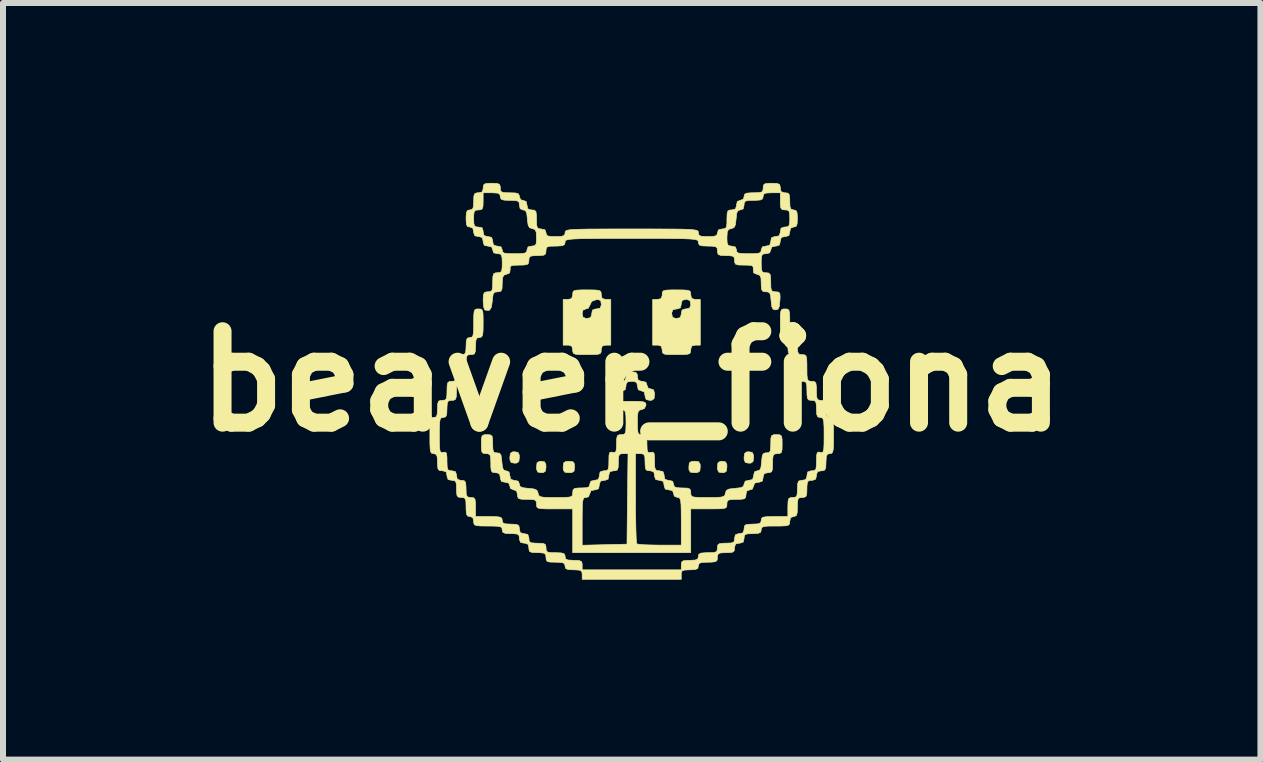
<source format=kicad_pcb>
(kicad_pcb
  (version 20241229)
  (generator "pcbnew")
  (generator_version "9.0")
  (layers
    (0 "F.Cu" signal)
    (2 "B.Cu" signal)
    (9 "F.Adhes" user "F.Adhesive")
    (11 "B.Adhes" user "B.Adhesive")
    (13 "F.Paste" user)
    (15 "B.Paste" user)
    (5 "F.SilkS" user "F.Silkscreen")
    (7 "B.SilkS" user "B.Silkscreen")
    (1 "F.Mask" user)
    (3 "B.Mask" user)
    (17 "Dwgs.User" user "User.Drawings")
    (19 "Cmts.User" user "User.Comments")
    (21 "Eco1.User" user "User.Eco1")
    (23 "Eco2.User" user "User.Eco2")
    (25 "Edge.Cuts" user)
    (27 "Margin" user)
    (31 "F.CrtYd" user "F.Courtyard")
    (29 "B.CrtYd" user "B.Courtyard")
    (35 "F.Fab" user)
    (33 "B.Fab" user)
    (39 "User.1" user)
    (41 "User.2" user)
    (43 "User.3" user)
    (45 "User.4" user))
  (footprint "beaver_fiona"
    (layer "F.Cu")
    (at 7.482 3.307)
    (property "Reference" "beaver_fiona" (at 0 0 0) (layer "F.SilkS") (effects (font (size 1.524 1.524) (thickness 0.3))))
    (attr through_hole)
    (fp_poly (pts (xy -1.896 1.185) (xy -1.875 1.229) (xy -1.873 1.27) (xy -1.882 1.338) (xy -1.918 1.363) (xy -1.953 1.365) (xy -2.009 1.355) (xy -2.03 1.311) (xy -2.032 1.27) (xy -2.023 1.202) (xy -1.987 1.177) (xy -1.953 1.175) (xy -1.896 1.185)) (stroke (width 0.01) (type solid)) (fill yes) (layer "F.SilkS"))
    (fp_poly (pts (xy -1.451 1.344) (xy -1.431 1.387) (xy -1.429 1.429) (xy -1.437 1.497) (xy -1.474 1.522) (xy -1.508 1.524) (xy -1.565 1.514) (xy -1.586 1.47) (xy -1.587 1.429) (xy -1.579 1.361) (xy -1.543 1.336) (xy -1.508 1.333) (xy -1.451 1.344)) (stroke (width 0.01) (type solid)) (fill yes) (layer "F.SilkS"))
    (fp_poly (pts (xy -0.98 1.341) (xy -0.955 1.378) (xy -0.953 1.429) (xy -0.96 1.496) (xy -0.997 1.521) (xy -1.048 1.524) (xy -1.115 1.516) (xy -1.14 1.479) (xy -1.143 1.429) (xy -1.135 1.361) (xy -1.098 1.336) (xy -1.048 1.333) (xy -0.98 1.341)) (stroke (width 0.01) (type solid)) (fill yes) (layer "F.SilkS"))
    (fp_poly (pts (xy 1.115 1.341) (xy 1.14 1.378) (xy 1.143 1.429) (xy 1.135 1.496) (xy 1.098 1.521) (xy 1.048 1.524) (xy 0.98 1.516) (xy 0.955 1.479) (xy 0.953 1.429) (xy 0.96 1.361) (xy 0.997 1.336) (xy 1.048 1.333) (xy 1.115 1.341)) (stroke (width 0.01) (type solid)) (fill yes) (layer "F.SilkS"))
    (fp_poly (pts (xy 1.565 1.344) (xy 1.586 1.387) (xy 1.587 1.429) (xy 1.579 1.497) (xy 1.543 1.522) (xy 1.508 1.524) (xy 1.451 1.514) (xy 1.431 1.47) (xy 1.429 1.429) (xy 1.437 1.361) (xy 1.474 1.336) (xy 1.508 1.333) (xy 1.565 1.344)) (stroke (width 0.01) (type solid)) (fill yes) (layer "F.SilkS"))
    (fp_poly (pts (xy 2.009 1.185) (xy 2.03 1.229) (xy 2.032 1.27) (xy 2.023 1.338) (xy 1.987 1.363) (xy 1.953 1.365) (xy 1.896 1.355) (xy 1.875 1.311) (xy 1.873 1.27) (xy 1.882 1.202) (xy 1.918 1.177) (xy 1.953 1.175) (xy 2.009 1.185)) (stroke (width 0.01) (type solid)) (fill yes) (layer "F.SilkS"))
    (fp_poly (pts (xy 0.068 -0.15) (xy 0.093 -0.114) (xy 0.095 -0.079) (xy 0.108 -0.019) (xy 0.16 -0.000336) (xy 0.175 0) (xy 0.237 0.015) (xy 0.254 0.064) (xy 0.276 0.117) (xy 0.318 0.127) (xy 0.364 0.142) (xy 0.38 0.198) (xy 0.381 0.222) (xy 0.372 0.29) (xy 0.336 0.315) (xy 0.302 0.318) (xy 0.241 0.304) (xy 0.223 0.253) (xy 0.222 0.238) (xy 0.207 0.176) (xy 0.159 0.159) (xy 0.109 0.14) (xy 0.095 0.079) (xy 0.085 0.023) (xy 0.041 0.002) (xy 0 0) (xy -0.068 0.009) (xy -0.093 0.045) (xy -0.095 0.079) (xy -0.11 0.142) (xy -0.159 0.159) (xy -0.209 0.177) (xy -0.222 0.238) (xy -0.235 0.299) (xy -0.287 0.317) (xy -0.302 0.318) (xy -0.358 0.307) (xy -0.379 0.264) (xy -0.381 0.222) (xy -0.371 0.153) (xy -0.334 0.128) (xy -0.318 0.127) (xy -0.264 0.105) (xy -0.254 0.064) (xy -0.235 0.014) (xy -0.175 0) (xy -0.114 -0.013) (xy -0.096 -0.065) (xy -0.095 -0.079) (xy -0.085 -0.136) (xy -0.041 -0.157) (xy 0 -0.159) (xy 0.068 -0.15)) (stroke (width 0.01) (type solid)) (fill yes) (layer "F.SilkS"))
    (fp_poly (pts (xy -0.625 -1.523) (xy -0.554 -1.517) (xy -0.52 -1.502) (xy -0.509 -1.473) (xy -0.508 -1.445) (xy -0.495 -1.384) (xy -0.443 -1.366) (xy -0.429 -1.365) (xy -0.349 -1.365) (xy -0.349 -0.603) (xy -0.429 -0.603) (xy -0.489 -0.59) (xy -0.508 -0.539) (xy -0.508 -0.524) (xy -0.511 -0.484) (xy -0.529 -0.46) (xy -0.575 -0.448) (xy -0.662 -0.445) (xy -0.746 -0.445) (xy -0.867 -0.445) (xy -0.938 -0.451) (xy -0.972 -0.467) (xy -0.983 -0.496) (xy -0.984 -0.524) (xy -0.997 -0.584) (xy -1.049 -0.603) (xy -1.064 -0.603) (xy -1.143 -0.603) (xy -1.143 -1.127) (xy -0.826 -1.127) (xy -0.812 -1.067) (xy -0.761 -1.048) (xy -0.746 -1.048) (xy -0.686 -1.061) (xy -0.667 -1.112) (xy -0.667 -1.127) (xy -0.654 -1.188) (xy -0.602 -1.206) (xy -0.587 -1.206) (xy -0.527 -1.219) (xy -0.508 -1.27) (xy -0.508 -1.288) (xy -0.517 -1.346) (xy -0.558 -1.362) (xy -0.595 -1.359) (xy -0.667 -1.333) (xy -0.693 -1.278) (xy -0.724 -1.218) (xy -0.764 -1.206) (xy -0.813 -1.187) (xy -0.826 -1.127) (xy -1.143 -1.127) (xy -1.143 -1.365) (xy -1.064 -1.365) (xy -1.003 -1.378) (xy -0.985 -1.43) (xy -0.984 -1.445) (xy -0.981 -1.485) (xy -0.963 -1.509) (xy -0.917 -1.52) (xy -0.83 -1.524) (xy -0.746 -1.524) (xy -0.625 -1.523)) (stroke (width 0.01) (type solid)) (fill yes) (layer "F.SilkS"))
    (fp_poly (pts (xy 0.867 -1.523) (xy 0.938 -1.517) (xy 0.972 -1.502) (xy 0.983 -1.473) (xy 0.984 -1.445) (xy 0.997 -1.384) (xy 1.049 -1.366) (xy 1.064 -1.365) (xy 1.143 -1.365) (xy 1.143 -0.603) (xy 1.064 -0.603) (xy 1.003 -0.59) (xy 0.985 -0.539) (xy 0.984 -0.524) (xy 0.981 -0.484) (xy 0.963 -0.46) (xy 0.917 -0.448) (xy 0.83 -0.445) (xy 0.746 -0.445) (xy 0.625 -0.445) (xy 0.554 -0.451) (xy 0.52 -0.467) (xy 0.509 -0.496) (xy 0.508 -0.524) (xy 0.495 -0.584) (xy 0.443 -0.603) (xy 0.429 -0.603) (xy 0.349 -0.603) (xy 0.349 -1.127) (xy 0.667 -1.127) (xy 0.68 -1.067) (xy 0.731 -1.048) (xy 0.746 -1.048) (xy 0.807 -1.061) (xy 0.825 -1.112) (xy 0.826 -1.127) (xy 0.839 -1.188) (xy 0.89 -1.206) (xy 0.905 -1.206) (xy 0.965 -1.22) (xy 0.984 -1.271) (xy 0.984 -1.286) (xy 0.971 -1.346) (xy 0.92 -1.365) (xy 0.905 -1.365) (xy 0.844 -1.352) (xy 0.826 -1.301) (xy 0.826 -1.286) (xy 0.812 -1.225) (xy 0.761 -1.207) (xy 0.746 -1.206) (xy 0.686 -1.193) (xy 0.667 -1.142) (xy 0.667 -1.127) (xy 0.349 -1.127) (xy 0.349 -1.365) (xy 0.429 -1.365) (xy 0.489 -1.378) (xy 0.508 -1.43) (xy 0.508 -1.445) (xy 0.511 -1.485) (xy 0.529 -1.509) (xy 0.575 -1.52) (xy 0.662 -1.524) (xy 0.746 -1.524) (xy 0.867 -1.523)) (stroke (width 0.01) (type solid)) (fill yes) (layer "F.SilkS"))
    (fp_poly (pts (xy 0.122 0.335) (xy 0.193 0.342) (xy 0.227 0.357) (xy 0.238 0.385) (xy 0.238 0.397) (xy 0.212 0.454) (xy 0.167 0.471) (xy 0.128 0.482) (xy 0.106 0.511) (xy 0.097 0.573) (xy 0.095 0.683) (xy 0.095 0.685) (xy 0.097 0.795) (xy 0.105 0.856) (xy 0.125 0.883) (xy 0.163 0.889) (xy 0.175 0.889) (xy 0.222 0.894) (xy 0.246 0.921) (xy 0.253 0.986) (xy 0.254 1.045) (xy 0.257 1.137) (xy 0.269 1.18) (xy 0.297 1.188) (xy 0.318 1.184) (xy 0.355 1.181) (xy 0.374 1.205) (xy 0.38 1.271) (xy 0.381 1.33) (xy 0.383 1.425) (xy 0.396 1.474) (xy 0.427 1.49) (xy 0.46 1.492) (xy 0.521 1.505) (xy 0.539 1.557) (xy 0.54 1.572) (xy 0.553 1.632) (xy 0.604 1.651) (xy 0.619 1.651) (xy 0.681 1.666) (xy 0.699 1.714) (xy 0.708 1.754) (xy 0.747 1.773) (xy 0.831 1.778) (xy 0.841 1.778) (xy 0.93 1.781) (xy 0.971 1.797) (xy 0.984 1.836) (xy 0.984 1.857) (xy 0.987 1.895) (xy 1.002 1.918) (xy 1.042 1.931) (xy 1.119 1.936) (xy 1.246 1.937) (xy 1.268 1.937) (xy 1.403 1.936) (xy 1.487 1.931) (xy 1.533 1.919) (xy 1.554 1.897) (xy 1.561 1.865) (xy 1.577 1.821) (xy 1.619 1.797) (xy 1.705 1.785) (xy 1.722 1.784) (xy 1.816 1.774) (xy 1.861 1.753) (xy 1.873 1.716) (xy 1.873 1.713) (xy 1.893 1.664) (xy 1.953 1.651) (xy 2.013 1.638) (xy 2.032 1.586) (xy 2.032 1.572) (xy 2.047 1.509) (xy 2.094 1.492) (xy 2.133 1.481) (xy 2.154 1.439) (xy 2.165 1.349) (xy 2.165 1.341) (xy 2.175 1.25) (xy 2.193 1.206) (xy 2.23 1.193) (xy 2.246 1.193) (xy 2.289 1.188) (xy 2.311 1.159) (xy 2.317 1.089) (xy 2.318 1.042) (xy 2.32 0.95) (xy 2.334 0.905) (xy 2.369 0.89) (xy 2.413 0.889) (xy 2.469 0.892) (xy 2.498 0.914) (xy 2.507 0.969) (xy 2.508 1.048) (xy 2.506 1.142) (xy 2.493 1.189) (xy 2.461 1.205) (xy 2.429 1.206) (xy 2.382 1.212) (xy 2.358 1.238) (xy 2.35 1.302) (xy 2.349 1.365) (xy 2.347 1.459) (xy 2.334 1.506) (xy 2.302 1.522) (xy 2.27 1.524) (xy 2.21 1.537) (xy 2.191 1.589) (xy 2.191 1.603) (xy 2.178 1.664) (xy 2.126 1.682) (xy 2.111 1.683) (xy 2.049 1.698) (xy 2.032 1.746) (xy 2.01 1.799) (xy 1.968 1.81) (xy 1.919 1.828) (xy 1.905 1.889) (xy 1.9 1.936) (xy 1.874 1.96) (xy 1.81 1.968) (xy 1.746 1.968) (xy 1.652 1.971) (xy 1.605 1.984) (xy 1.589 2.016) (xy 1.587 2.048) (xy 1.585 2.085) (xy 1.571 2.108) (xy 1.533 2.121) (xy 1.459 2.126) (xy 1.337 2.127) (xy 1.286 2.127) (xy 0.984 2.127) (xy 0.984 2.857) (xy -0.984 2.857) (xy -0.984 2.335) (xy -0.826 2.335) (xy -0.826 2.733) (xy -0.452 2.724) (xy -0.079 2.715) (xy -0.071 1.961) (xy -0.062 1.206) (xy 0.064 1.206) (xy 0.064 1.947) (xy 0.064 2.158) (xy 0.067 2.347) (xy 0.071 2.506) (xy 0.075 2.625) (xy 0.081 2.695) (xy 0.085 2.709) (xy 0.123 2.718) (xy 0.211 2.725) (xy 0.336 2.729) (xy 0.466 2.731) (xy 0.826 2.731) (xy 0.826 2.334) (xy 0.825 2.169) (xy 0.822 2.057) (xy 0.815 1.989) (xy 0.803 1.953) (xy 0.784 1.939) (xy 0.762 1.937) (xy 0.709 1.914) (xy 0.699 1.873) (xy 0.68 1.823) (xy 0.619 1.81) (xy 0.559 1.797) (xy 0.54 1.745) (xy 0.54 1.73) (xy 0.527 1.67) (xy 0.475 1.651) (xy 0.46 1.651) (xy 0.4 1.638) (xy 0.381 1.586) (xy 0.381 1.572) (xy 0.368 1.511) (xy 0.316 1.493) (xy 0.302 1.492) (xy 0.253 1.486) (xy 0.229 1.457) (xy 0.223 1.388) (xy 0.222 1.349) (xy 0.219 1.261) (xy 0.203 1.219) (xy 0.164 1.207) (xy 0.143 1.206) (xy 0.064 1.206) (xy -0.062 1.206) (xy -0.142 1.206) (xy -0.192 1.212) (xy -0.215 1.241) (xy -0.222 1.31) (xy -0.222 1.349) (xy -0.226 1.438) (xy -0.242 1.479) (xy -0.28 1.492) (xy -0.302 1.492) (xy -0.362 1.505) (xy -0.381 1.557) (xy -0.381 1.572) (xy -0.394 1.632) (xy -0.446 1.651) (xy -0.46 1.651) (xy -0.521 1.664) (xy -0.539 1.716) (xy -0.54 1.73) (xy -0.553 1.791) (xy -0.604 1.809) (xy -0.619 1.81) (xy -0.681 1.825) (xy -0.699 1.873) (xy -0.721 1.926) (xy -0.762 1.937) (xy -0.788 1.94) (xy -0.806 1.958) (xy -0.817 2) (xy -0.823 2.077) (xy -0.825 2.199) (xy -0.826 2.335) (xy -0.984 2.335) (xy -0.984 2.127) (xy -1.286 2.127) (xy -1.426 2.127) (xy -1.514 2.123) (xy -1.562 2.113) (xy -1.583 2.093) (xy -1.587 2.061) (xy -1.587 2.048) (xy -1.593 2.001) (xy -1.619 1.977) (xy -1.683 1.969) (xy -1.746 1.968) (xy -1.84 1.966) (xy -1.887 1.953) (xy -1.903 1.921) (xy -1.905 1.889) (xy -1.92 1.827) (xy -1.968 1.81) (xy -2.022 1.787) (xy -2.032 1.746) (xy -2.051 1.696) (xy -2.111 1.683) (xy -2.172 1.67) (xy -2.19 1.618) (xy -2.191 1.603) (xy -2.204 1.543) (xy -2.255 1.524) (xy -2.27 1.524) (xy -2.317 1.519) (xy -2.341 1.493) (xy -2.349 1.429) (xy -2.349 1.365) (xy -2.352 1.271) (xy -2.365 1.224) (xy -2.397 1.208) (xy -2.429 1.206) (xy -2.476 1.201) (xy -2.499 1.175) (xy -2.507 1.111) (xy -2.508 1.048) (xy -2.506 0.954) (xy -2.493 0.907) (xy -2.46 0.891) (xy -2.413 0.889) (xy -2.356 0.893) (xy -2.328 0.915) (xy -2.319 0.972) (xy -2.318 1.042) (xy -2.315 1.135) (xy -2.301 1.18) (xy -2.268 1.193) (xy -2.246 1.193) (xy -2.202 1.199) (xy -2.179 1.232) (xy -2.168 1.307) (xy -2.165 1.341) (xy -2.155 1.435) (xy -2.134 1.48) (xy -2.097 1.492) (xy -2.094 1.492) (xy -2.045 1.512) (xy -2.032 1.572) (xy -2.019 1.632) (xy -1.967 1.651) (xy -1.953 1.651) (xy -1.89 1.666) (xy -1.873 1.713) (xy -1.862 1.752) (xy -1.82 1.773) (xy -1.73 1.784) (xy -1.722 1.784) (xy -1.629 1.795) (xy -1.581 1.816) (xy -1.563 1.857) (xy -1.561 1.865) (xy -1.553 1.899) (xy -1.531 1.92) (xy -1.482 1.932) (xy -1.394 1.936) (xy -1.268 1.937) (xy -1.133 1.936) (xy -1.05 1.932) (xy -1.005 1.921) (xy -0.988 1.899) (xy -0.984 1.863) (xy -0.984 1.857) (xy -0.978 1.808) (xy -0.949 1.785) (xy -0.88 1.778) (xy -0.841 1.778) (xy -0.752 1.774) (xy -0.71 1.757) (xy -0.699 1.719) (xy -0.699 1.714) (xy -0.68 1.665) (xy -0.619 1.651) (xy -0.559 1.638) (xy -0.54 1.586) (xy -0.54 1.572) (xy -0.527 1.511) (xy -0.475 1.493) (xy -0.46 1.492) (xy -0.414 1.487) (xy -0.39 1.462) (xy -0.382 1.399) (xy -0.381 1.33) (xy -0.379 1.235) (xy -0.367 1.189) (xy -0.34 1.179) (xy -0.318 1.184) (xy -0.28 1.187) (xy -0.261 1.162) (xy -0.254 1.094) (xy -0.254 1.045) (xy -0.251 0.952) (xy -0.238 0.906) (xy -0.205 0.89) (xy -0.175 0.889) (xy -0.132 0.885) (xy -0.108 0.865) (xy -0.098 0.813) (xy -0.095 0.715) (xy -0.095 0.685) (xy -0.097 0.574) (xy -0.106 0.511) (xy -0.128 0.482) (xy -0.166 0.471) (xy -0.167 0.471) (xy -0.226 0.439) (xy -0.238 0.397) (xy -0.233 0.364) (xy -0.207 0.345) (xy -0.148 0.336) (xy -0.043 0.333) (xy 0 0.333) (xy 0.122 0.335)) (stroke (width 0.01) (type solid)) (fill yes) (layer "F.SilkS"))
    (fp_poly (pts (xy 2.422 -3.299) (xy 2.464 -3.283) (xy 2.476 -3.244) (xy 2.477 -3.223) (xy 2.49 -3.162) (xy 2.541 -3.144) (xy 2.556 -3.143) (xy 2.605 -3.137) (xy 2.628 -3.108) (xy 2.635 -3.039) (xy 2.635 -3) (xy 2.639 -2.911) (xy 2.657 -2.869) (xy 2.694 -2.858) (xy 2.699 -2.857) (xy 2.738 -2.848) (xy 2.757 -2.809) (xy 2.762 -2.725) (xy 2.762 -2.715) (xy 2.758 -2.625) (xy 2.741 -2.583) (xy 2.703 -2.572) (xy 2.699 -2.572) (xy 2.649 -2.553) (xy 2.635 -2.492) (xy 2.622 -2.432) (xy 2.571 -2.413) (xy 2.556 -2.413) (xy 2.495 -2.4) (xy 2.477 -2.348) (xy 2.477 -2.334) (xy 2.463 -2.273) (xy 2.412 -2.255) (xy 2.397 -2.254) (xy 2.335 -2.239) (xy 2.318 -2.191) (xy 2.299 -2.141) (xy 2.238 -2.127) (xy 2.191 -2.122) (xy 2.168 -2.096) (xy 2.16 -2.032) (xy 2.159 -1.968) (xy 2.162 -1.874) (xy 2.175 -1.827) (xy 2.207 -1.811) (xy 2.238 -1.81) (xy 2.285 -1.805) (xy 2.309 -1.778) (xy 2.317 -1.715) (xy 2.318 -1.651) (xy 2.32 -1.557) (xy 2.333 -1.51) (xy 2.365 -1.494) (xy 2.399 -1.492) (xy 2.447 -1.488) (xy 2.47 -1.463) (xy 2.474 -1.401) (xy 2.47 -1.341) (xy 2.46 -1.248) (xy 2.44 -1.203) (xy 2.402 -1.191) (xy 2.397 -1.191) (xy 2.357 -1.201) (xy 2.336 -1.242) (xy 2.325 -1.329) (xy 2.324 -1.341) (xy 2.315 -1.433) (xy 2.296 -1.478) (xy 2.258 -1.492) (xy 2.237 -1.492) (xy 2.188 -1.499) (xy 2.166 -1.529) (xy 2.159 -1.6) (xy 2.159 -1.633) (xy 2.155 -1.722) (xy 2.136 -1.766) (xy 2.093 -1.783) (xy 2.088 -1.784) (xy 2.033 -1.808) (xy 2.026 -1.865) (xy 2.026 -1.907) (xy 2.002 -1.929) (xy 1.939 -1.936) (xy 1.875 -1.937) (xy 1.78 -1.939) (xy 1.733 -1.952) (xy 1.716 -1.983) (xy 1.714 -2.016) (xy 1.709 -2.065) (xy 1.679 -2.088) (xy 1.61 -2.095) (xy 1.572 -2.095) (xy 1.483 -2.099) (xy 1.442 -2.115) (xy 1.429 -2.153) (xy 1.429 -2.175) (xy 1.424 -2.222) (xy 1.397 -2.245) (xy 1.334 -2.253) (xy 1.27 -2.254) (xy 1.175 -2.258) (xy 1.127 -2.272) (xy 1.112 -2.303) (xy 1.111 -2.318) (xy 1.11 -2.335) (xy 1.1 -2.348) (xy 1.078 -2.359) (xy 1.035 -2.367) (xy 0.967 -2.373) (xy 0.866 -2.377) (xy 0.726 -2.379) (xy 0.543 -2.381) (xy 0.308 -2.381) (xy 0.016 -2.381) (xy 0 -2.381) (xy -0.295 -2.381) (xy -0.532 -2.381) (xy -0.718 -2.379) (xy -0.86 -2.377) (xy -0.962 -2.373) (xy -1.032 -2.367) (xy -1.076 -2.359) (xy -1.1 -2.349) (xy -1.109 -2.335) (xy -1.111 -2.319) (xy -1.111 -2.318) (xy -1.12 -2.28) (xy -1.155 -2.261) (xy -1.233 -2.255) (xy -1.27 -2.254) (xy -1.364 -2.252) (xy -1.411 -2.239) (xy -1.427 -2.207) (xy -1.429 -2.175) (xy -1.435 -2.126) (xy -1.464 -2.103) (xy -1.533 -2.096) (xy -1.572 -2.095) (xy -1.66 -2.092) (xy -1.702 -2.076) (xy -1.714 -2.038) (xy -1.714 -2.016) (xy -1.72 -1.969) (xy -1.746 -1.946) (xy -1.808 -1.938) (xy -1.875 -1.937) (xy -1.97 -1.934) (xy -2.016 -1.922) (xy -2.028 -1.893) (xy -2.026 -1.865) (xy -2.035 -1.806) (xy -2.088 -1.784) (xy -2.132 -1.769) (xy -2.153 -1.728) (xy -2.159 -1.645) (xy -2.159 -1.633) (xy -2.162 -1.546) (xy -2.179 -1.504) (xy -2.219 -1.493) (xy -2.237 -1.492) (xy -2.284 -1.486) (xy -2.309 -1.455) (xy -2.321 -1.383) (xy -2.324 -1.342) (xy -2.339 -1.237) (xy -2.368 -1.188) (xy -2.383 -1.182) (xy -2.439 -1.186) (xy -2.454 -1.195) (xy -2.468 -1.238) (xy -2.476 -1.319) (xy -2.477 -1.355) (xy -2.473 -1.441) (xy -2.455 -1.481) (xy -2.414 -1.492) (xy -2.397 -1.492) (xy -2.35 -1.497) (xy -2.327 -1.524) (xy -2.319 -1.587) (xy -2.318 -1.651) (xy -2.315 -1.745) (xy -2.302 -1.792) (xy -2.27 -1.808) (xy -2.238 -1.81) (xy -2.191 -1.815) (xy -2.168 -1.841) (xy -2.16 -1.905) (xy -2.159 -1.968) (xy -2.162 -2.063) (xy -2.175 -2.11) (xy -2.207 -2.126) (xy -2.238 -2.127) (xy -2.301 -2.142) (xy -2.318 -2.191) (xy -2.336 -2.241) (xy -2.397 -2.254) (xy -2.458 -2.267) (xy -2.476 -2.319) (xy -2.477 -2.334) (xy -2.49 -2.394) (xy -2.541 -2.413) (xy -2.556 -2.413) (xy -2.616 -2.426) (xy -2.635 -2.478) (xy -2.635 -2.492) (xy -2.65 -2.555) (xy -2.699 -2.572) (xy -2.738 -2.581) (xy -2.757 -2.62) (xy -2.762 -2.704) (xy -2.762 -2.715) (xy -2.635 -2.715) (xy -2.632 -2.626) (xy -2.616 -2.585) (xy -2.577 -2.572) (xy -2.556 -2.572) (xy -2.495 -2.559) (xy -2.477 -2.507) (xy -2.477 -2.492) (xy -2.463 -2.432) (xy -2.412 -2.413) (xy -2.397 -2.413) (xy -2.337 -2.4) (xy -2.318 -2.348) (xy -2.318 -2.334) (xy -2.305 -2.273) (xy -2.253 -2.255) (xy -2.238 -2.254) (xy -2.176 -2.239) (xy -2.159 -2.191) (xy -2.153 -2.156) (xy -2.124 -2.137) (xy -2.059 -2.129) (xy -1.953 -2.127) (xy -1.841 -2.129) (xy -1.779 -2.138) (xy -1.752 -2.158) (xy -1.746 -2.191) (xy -1.728 -2.241) (xy -1.667 -2.254) (xy -1.618 -2.26) (xy -1.594 -2.29) (xy -1.588 -2.36) (xy -1.587 -2.395) (xy 1.587 -2.395) (xy 1.591 -2.308) (xy 1.608 -2.267) (xy 1.647 -2.255) (xy 1.667 -2.254) (xy 1.729 -2.239) (xy 1.746 -2.191) (xy 1.753 -2.156) (xy 1.781 -2.137) (xy 1.846 -2.129) (xy 1.953 -2.127) (xy 2.064 -2.129) (xy 2.127 -2.138) (xy 2.153 -2.158) (xy 2.159 -2.191) (xy 2.178 -2.241) (xy 2.238 -2.254) (xy 2.299 -2.267) (xy 2.317 -2.319) (xy 2.318 -2.334) (xy 2.331 -2.394) (xy 2.382 -2.413) (xy 2.397 -2.413) (xy 2.458 -2.426) (xy 2.476 -2.478) (xy 2.477 -2.492) (xy 2.49 -2.553) (xy 2.541 -2.571) (xy 2.556 -2.572) (xy 2.605 -2.578) (xy 2.628 -2.607) (xy 2.635 -2.676) (xy 2.635 -2.715) (xy 2.632 -2.803) (xy 2.616 -2.845) (xy 2.577 -2.857) (xy 2.556 -2.857) (xy 2.507 -2.863) (xy 2.484 -2.893) (xy 2.477 -2.962) (xy 2.477 -3) (xy 2.477 -3.143) (xy 2.334 -3.143) (xy 2.244 -3.139) (xy 2.202 -3.122) (xy 2.191 -3.084) (xy 2.191 -3.08) (xy 2.182 -3.042) (xy 2.147 -3.023) (xy 2.069 -3.017) (xy 2.032 -3.016) (xy 1.938 -3.014) (xy 1.891 -3.001) (xy 1.875 -2.969) (xy 1.873 -2.937) (xy 1.858 -2.874) (xy 1.811 -2.857) (xy 1.773 -2.847) (xy 1.751 -2.804) (xy 1.741 -2.714) (xy 1.74 -2.707) (xy 1.73 -2.613) (xy 1.708 -2.566) (xy 1.667 -2.547) (xy 1.659 -2.546) (xy 1.614 -2.531) (xy 1.593 -2.49) (xy 1.588 -2.407) (xy 1.587 -2.395) (xy -1.587 -2.395) (xy -1.592 -2.484) (xy -1.611 -2.528) (xy -1.653 -2.545) (xy -1.659 -2.546) (xy -1.704 -2.561) (xy -1.727 -2.603) (xy -1.739 -2.689) (xy -1.74 -2.707) (xy -1.75 -2.8) (xy -1.771 -2.845) (xy -1.809 -2.857) (xy -1.811 -2.857) (xy -1.86 -2.877) (xy -1.873 -2.937) (xy -1.878 -2.984) (xy -1.905 -3.007) (xy -1.968 -3.015) (xy -2.032 -3.016) (xy -2.127 -3.02) (xy -2.175 -3.034) (xy -2.19 -3.065) (xy -2.191 -3.08) (xy -2.2 -3.119) (xy -2.239 -3.138) (xy -2.323 -3.143) (xy -2.334 -3.143) (xy -2.477 -3.143) (xy -2.477 -3) (xy -2.48 -2.912) (xy -2.496 -2.87) (xy -2.534 -2.858) (xy -2.556 -2.857) (xy -2.605 -2.852) (xy -2.628 -2.822) (xy -2.635 -2.753) (xy -2.635 -2.715) (xy -2.762 -2.715) (xy -2.758 -2.804) (xy -2.741 -2.846) (xy -2.703 -2.857) (xy -2.699 -2.857) (xy -2.659 -2.867) (xy -2.64 -2.906) (xy -2.635 -2.99) (xy -2.635 -3) (xy -2.632 -3.089) (xy -2.616 -3.13) (xy -2.577 -3.143) (xy -2.556 -3.143) (xy -2.495 -3.156) (xy -2.477 -3.208) (xy -2.477 -3.223) (xy -2.471 -3.272) (xy -2.441 -3.295) (xy -2.372 -3.302) (xy -2.334 -3.302) (xy -2.245 -3.299) (xy -2.204 -3.283) (xy -2.191 -3.244) (xy -2.191 -3.223) (xy -2.186 -3.176) (xy -2.159 -3.152) (xy -2.096 -3.144) (xy -2.032 -3.143) (xy -1.937 -3.14) (xy -1.889 -3.126) (xy -1.874 -3.094) (xy -1.873 -3.08) (xy -1.851 -3.027) (xy -1.81 -3.016) (xy -1.76 -2.998) (xy -1.746 -2.937) (xy -1.733 -2.876) (xy -1.682 -2.858) (xy -1.667 -2.857) (xy -1.62 -2.852) (xy -1.596 -2.826) (xy -1.588 -2.762) (xy -1.587 -2.699) (xy -1.585 -2.605) (xy -1.572 -2.558) (xy -1.54 -2.542) (xy -1.508 -2.54) (xy -1.446 -2.525) (xy -1.429 -2.477) (xy -1.42 -2.438) (xy -1.385 -2.419) (xy -1.307 -2.413) (xy -1.27 -2.413) (xy -1.175 -2.416) (xy -1.127 -2.431) (xy -1.112 -2.462) (xy -1.111 -2.477) (xy -1.11 -2.493) (xy -1.1 -2.507) (xy -1.078 -2.518) (xy -1.035 -2.526) (xy -0.967 -2.531) (xy -0.866 -2.535) (xy -0.726 -2.538) (xy -0.543 -2.539) (xy -0.308 -2.54) (xy -0.016 -2.54) (xy 0 -2.54) (xy 0.295 -2.54) (xy 0.532 -2.539) (xy 0.718 -2.538) (xy 0.86 -2.536) (xy 0.962 -2.532) (xy 1.032 -2.526) (xy 1.076 -2.518) (xy 1.1 -2.508) (xy 1.109 -2.494) (xy 1.111 -2.477) (xy 1.111 -2.477) (xy 1.12 -2.438) (xy 1.155 -2.419) (xy 1.233 -2.413) (xy 1.27 -2.413) (xy 1.365 -2.416) (xy 1.413 -2.431) (xy 1.428 -2.462) (xy 1.429 -2.477) (xy 1.447 -2.526) (xy 1.508 -2.54) (xy 1.555 -2.545) (xy 1.579 -2.571) (xy 1.587 -2.635) (xy 1.587 -2.699) (xy 1.59 -2.793) (xy 1.603 -2.84) (xy 1.635 -2.856) (xy 1.667 -2.857) (xy 1.727 -2.871) (xy 1.746 -2.922) (xy 1.746 -2.937) (xy 1.761 -2.999) (xy 1.81 -3.016) (xy 1.863 -3.039) (xy 1.873 -3.08) (xy 1.882 -3.118) (xy 1.917 -3.137) (xy 1.995 -3.143) (xy 2.032 -3.143) (xy 2.126 -3.146) (xy 2.173 -3.159) (xy 2.189 -3.191) (xy 2.191 -3.223) (xy 2.197 -3.272) (xy 2.226 -3.295) (xy 2.295 -3.302) (xy 2.334 -3.302) (xy 2.422 -3.299)) (stroke (width 0.01) (type solid)) (fill yes) (layer "F.SilkS"))
    (fp_poly (pts (xy 2.596 -1.204) (xy 2.62 -1.186) (xy 2.631 -1.14) (xy 2.635 -1.052) (xy 2.635 -0.968) (xy 2.637 -0.847) (xy 2.644 -0.775) (xy 2.659 -0.741) (xy 2.687 -0.731) (xy 2.699 -0.73) (xy 2.738 -0.721) (xy 2.757 -0.682) (xy 2.762 -0.598) (xy 2.762 -0.587) (xy 2.766 -0.499) (xy 2.782 -0.457) (xy 2.82 -0.445) (xy 2.842 -0.445) (xy 2.883 -0.441) (xy 2.907 -0.422) (xy 2.918 -0.374) (xy 2.921 -0.282) (xy 2.921 -0.222) (xy 2.922 -0.106) (xy 2.929 -0.04) (xy 2.946 -0.009) (xy 2.979 -0.000405) (xy 3 0) (xy 3.047 0.005) (xy 3.071 0.031) (xy 3.079 0.095) (xy 3.08 0.159) (xy 3.082 0.253) (xy 3.095 0.3) (xy 3.127 0.316) (xy 3.159 0.318) (xy 3.208 0.323) (xy 3.231 0.353) (xy 3.238 0.422) (xy 3.239 0.46) (xy 3.243 0.55) (xy 3.26 0.592) (xy 3.297 0.603) (xy 3.302 0.603) (xy 3.332 0.608) (xy 3.35 0.629) (xy 3.36 0.68) (xy 3.365 0.77) (xy 3.365 0.905) (xy 3.365 1.045) (xy 3.36 1.134) (xy 3.349 1.182) (xy 3.33 1.202) (xy 3.302 1.206) (xy 3.262 1.216) (xy 3.244 1.255) (xy 3.239 1.339) (xy 3.239 1.349) (xy 3.235 1.438) (xy 3.219 1.479) (xy 3.181 1.492) (xy 3.159 1.492) (xy 3.099 1.505) (xy 3.08 1.557) (xy 3.08 1.572) (xy 3.067 1.632) (xy 3.015 1.651) (xy 3 1.651) (xy 2.951 1.657) (xy 2.928 1.686) (xy 2.921 1.755) (xy 2.921 1.794) (xy 2.918 1.882) (xy 2.902 1.924) (xy 2.863 1.936) (xy 2.842 1.937) (xy 2.795 1.942) (xy 2.771 1.968) (xy 2.763 2.032) (xy 2.762 2.095) (xy 2.759 2.191) (xy 2.745 2.238) (xy 2.713 2.254) (xy 2.699 2.254) (xy 2.649 2.273) (xy 2.635 2.334) (xy 2.632 2.374) (xy 2.614 2.398) (xy 2.568 2.409) (xy 2.481 2.413) (xy 2.397 2.413) (xy 2.275 2.414) (xy 2.204 2.421) (xy 2.17 2.437) (xy 2.159 2.465) (xy 2.159 2.477) (xy 2.15 2.516) (xy 2.111 2.535) (xy 2.026 2.54) (xy 2.016 2.54) (xy 1.928 2.543) (xy 1.886 2.559) (xy 1.874 2.598) (xy 1.873 2.619) (xy 1.86 2.68) (xy 1.809 2.698) (xy 1.794 2.699) (xy 1.733 2.712) (xy 1.715 2.763) (xy 1.714 2.778) (xy 1.709 2.827) (xy 1.679 2.85) (xy 1.61 2.857) (xy 1.572 2.857) (xy 1.483 2.861) (xy 1.442 2.877) (xy 1.429 2.915) (xy 1.429 2.937) (xy 1.424 2.984) (xy 1.397 3.007) (xy 1.334 3.015) (xy 1.27 3.016) (xy 1.175 3.02) (xy 1.127 3.034) (xy 1.112 3.065) (xy 1.111 3.08) (xy 1.102 3.119) (xy 1.063 3.138) (xy 0.979 3.143) (xy 0.968 3.143) (xy 0.88 3.147) (xy 0.838 3.163) (xy 0.826 3.201) (xy 0.826 3.223) (xy 0.826 3.302) (xy -0.826 3.302) (xy -0.826 3.223) (xy -0.831 3.174) (xy -0.861 3.15) (xy -0.93 3.144) (xy -0.968 3.143) (xy -1.058 3.139) (xy -1.1 3.122) (xy -1.111 3.084) (xy -1.111 3.08) (xy -1.12 3.042) (xy -1.155 3.023) (xy -1.233 3.017) (xy -1.27 3.016) (xy -1.364 3.014) (xy -1.411 3.001) (xy -1.427 2.969) (xy -1.429 2.937) (xy -1.435 2.888) (xy -1.464 2.865) (xy -1.533 2.858) (xy -1.572 2.857) (xy -1.66 2.854) (xy -1.702 2.838) (xy -1.714 2.8) (xy -1.714 2.778) (xy -1.728 2.718) (xy -1.779 2.699) (xy -1.794 2.699) (xy -1.854 2.686) (xy -1.873 2.634) (xy -1.873 2.619) (xy -1.879 2.57) (xy -1.908 2.547) (xy -1.978 2.54) (xy -2.016 2.54) (xy -2.105 2.536) (xy -2.148 2.519) (xy -2.159 2.481) (xy -2.159 2.477) (xy -2.165 2.444) (xy -2.19 2.425) (xy -2.249 2.416) (xy -2.354 2.413) (xy -2.397 2.413) (xy -2.518 2.412) (xy -2.589 2.406) (xy -2.623 2.391) (xy -2.634 2.362) (xy -2.635 2.334) (xy -2.65 2.271) (xy -2.699 2.254) (xy -2.737 2.246) (xy -2.756 2.21) (xy -2.762 2.132) (xy -2.762 2.095) (xy -2.765 2.001) (xy -2.778 1.954) (xy -2.81 1.938) (xy -2.842 1.937) (xy -2.891 1.931) (xy -2.914 1.902) (xy -2.921 1.832) (xy -2.921 1.794) (xy -2.924 1.706) (xy -2.94 1.664) (xy -2.979 1.652) (xy -3 1.651) (xy -3.061 1.638) (xy -3.079 1.586) (xy -3.08 1.572) (xy -3.093 1.511) (xy -3.144 1.493) (xy -3.159 1.492) (xy -3.208 1.486) (xy -3.231 1.457) (xy -3.238 1.388) (xy -3.239 1.349) (xy -3.243 1.26) (xy -3.26 1.218) (xy -3.297 1.207) (xy -3.302 1.206) (xy -3.332 1.202) (xy -3.35 1.18) (xy -3.36 1.13) (xy -3.365 1.039) (xy -3.365 0.905) (xy -3.365 0.765) (xy -3.36 0.676) (xy -3.349 0.628) (xy -3.33 0.607) (xy -3.302 0.603) (xy -3.262 0.594) (xy -3.244 0.555) (xy -3.239 0.471) (xy -3.239 0.46) (xy -3.235 0.372) (xy -3.219 0.33) (xy -3.181 0.318) (xy -3.159 0.318) (xy -3.112 0.312) (xy -3.089 0.286) (xy -3.081 0.222) (xy -3.08 0.159) (xy -3.077 0.065) (xy -3.064 0.018) (xy -3.032 0.002) (xy -3 0) (xy -2.959 -0.003) (xy -2.935 -0.022) (xy -2.924 -0.071) (xy -2.921 -0.163) (xy -2.921 -0.222) (xy -2.92 -0.338) (xy -2.913 -0.405) (xy -2.896 -0.435) (xy -2.863 -0.444) (xy -2.842 -0.445) (xy -2.793 -0.45) (xy -2.769 -0.48) (xy -2.763 -0.549) (xy -2.762 -0.587) (xy -2.758 -0.677) (xy -2.741 -0.719) (xy -2.703 -0.73) (xy -2.699 -0.73) (xy -2.666 -0.736) (xy -2.647 -0.762) (xy -2.638 -0.82) (xy -2.635 -0.926) (xy -2.635 -0.968) (xy -2.634 -1.089) (xy -2.628 -1.16) (xy -2.613 -1.195) (xy -2.584 -1.206) (xy -2.556 -1.206) (xy -2.516 -1.204) (xy -2.492 -1.186) (xy -2.48 -1.14) (xy -2.477 -1.052) (xy -2.477 -0.968) (xy -2.478 -0.847) (xy -2.485 -0.775) (xy -2.501 -0.741) (xy -2.529 -0.731) (xy -2.54 -0.73) (xy -2.58 -0.721) (xy -2.598 -0.682) (xy -2.603 -0.598) (xy -2.603 -0.587) (xy -2.607 -0.499) (xy -2.623 -0.457) (xy -2.661 -0.445) (xy -2.683 -0.445) (xy -2.724 -0.441) (xy -2.748 -0.422) (xy -2.759 -0.374) (xy -2.762 -0.282) (xy -2.762 -0.222) (xy -2.763 -0.106) (xy -2.77 -0.04) (xy -2.788 -0.009) (xy -2.82 -0.000405) (xy -2.842 0) (xy -2.889 0.005) (xy -2.912 0.031) (xy -2.92 0.095) (xy -2.921 0.159) (xy -2.924 0.253) (xy -2.937 0.3) (xy -2.969 0.316) (xy -3 0.318) (xy -3.049 0.323) (xy -3.073 0.353) (xy -3.079 0.422) (xy -3.08 0.46) (xy -3.084 0.55) (xy -3.101 0.592) (xy -3.139 0.603) (xy -3.143 0.603) (xy -3.173 0.608) (xy -3.192 0.63) (xy -3.202 0.68) (xy -3.206 0.771) (xy -3.207 0.902) (xy -3.206 1.041) (xy -3.202 1.127) (xy -3.192 1.172) (xy -3.174 1.188) (xy -3.144 1.184) (xy -3.143 1.184) (xy -3.106 1.181) (xy -3.087 1.205) (xy -3.08 1.271) (xy -3.08 1.33) (xy -3.077 1.425) (xy -3.065 1.474) (xy -3.034 1.49) (xy -3 1.492) (xy -2.94 1.505) (xy -2.921 1.557) (xy -2.921 1.572) (xy -2.908 1.632) (xy -2.856 1.651) (xy -2.842 1.651) (xy -2.793 1.657) (xy -2.769 1.686) (xy -2.763 1.755) (xy -2.762 1.794) (xy -2.759 1.882) (xy -2.743 1.924) (xy -2.704 1.936) (xy -2.683 1.937) (xy -2.636 1.942) (xy -2.612 1.968) (xy -2.604 2.032) (xy -2.603 2.095) (xy -2.603 2.254) (xy -2.381 2.254) (xy -2.264 2.256) (xy -2.198 2.264) (xy -2.167 2.281) (xy -2.159 2.313) (xy -2.159 2.318) (xy -2.15 2.357) (xy -2.111 2.376) (xy -2.026 2.381) (xy -2.016 2.381) (xy -1.928 2.385) (xy -1.886 2.401) (xy -1.874 2.439) (xy -1.873 2.461) (xy -1.86 2.521) (xy -1.809 2.54) (xy -1.794 2.54) (xy -1.733 2.553) (xy -1.715 2.605) (xy -1.714 2.619) (xy -1.709 2.668) (xy -1.679 2.692) (xy -1.61 2.698) (xy -1.572 2.699) (xy -1.483 2.702) (xy -1.442 2.718) (xy -1.429 2.757) (xy -1.429 2.778) (xy -1.424 2.825) (xy -1.397 2.849) (xy -1.334 2.857) (xy -1.27 2.857) (xy -1.175 2.861) (xy -1.127 2.875) (xy -1.112 2.906) (xy -1.111 2.921) (xy -1.102 2.961) (xy -1.063 2.979) (xy -0.979 2.984) (xy -0.968 2.985) (xy -0.88 2.988) (xy -0.838 3.004) (xy -0.826 3.042) (xy -0.826 3.064) (xy -0.826 3.143) (xy 0.826 3.143) (xy 0.826 3.064) (xy 0.831 3.015) (xy 0.861 2.992) (xy 0.93 2.985) (xy 0.968 2.985) (xy 1.058 2.98) (xy 1.1 2.963) (xy 1.111 2.926) (xy 1.111 2.921) (xy 1.12 2.883) (xy 1.155 2.864) (xy 1.233 2.858) (xy 1.27 2.857) (xy 1.364 2.855) (xy 1.411 2.842) (xy 1.427 2.81) (xy 1.429 2.778) (xy 1.435 2.729) (xy 1.464 2.706) (xy 1.533 2.699) (xy 1.572 2.699) (xy 1.66 2.695) (xy 1.702 2.679) (xy 1.714 2.641) (xy 1.714 2.619) (xy 1.728 2.559) (xy 1.779 2.54) (xy 1.794 2.54) (xy 1.854 2.527) (xy 1.873 2.475) (xy 1.873 2.461) (xy 1.879 2.412) (xy 1.908 2.388) (xy 1.978 2.382) (xy 2.016 2.381) (xy 2.105 2.377) (xy 2.148 2.36) (xy 2.159 2.322) (xy 2.159 2.318) (xy 2.165 2.284) (xy 2.192 2.265) (xy 2.254 2.257) (xy 2.364 2.254) (xy 2.381 2.254) (xy 2.603 2.254) (xy 2.603 2.095) (xy 2.606 2.001) (xy 2.619 1.954) (xy 2.651 1.938) (xy 2.683 1.937) (xy 2.732 1.931) (xy 2.755 1.902) (xy 2.762 1.832) (xy 2.762 1.794) (xy 2.766 1.706) (xy 2.782 1.664) (xy 2.82 1.652) (xy 2.842 1.651) (xy 2.902 1.638) (xy 2.921 1.586) (xy 2.921 1.572) (xy 2.934 1.511) (xy 2.986 1.493) (xy 3 1.492) (xy 3.047 1.487) (xy 3.071 1.462) (xy 3.079 1.399) (xy 3.08 1.33) (xy 3.082 1.235) (xy 3.094 1.189) (xy 3.12 1.179) (xy 3.143 1.184) (xy 3.173 1.188) (xy 3.191 1.173) (xy 3.202 1.129) (xy 3.206 1.044) (xy 3.207 0.908) (xy 3.207 0.902) (xy 3.206 0.763) (xy 3.201 0.675) (xy 3.19 0.627) (xy 3.171 0.607) (xy 3.143 0.603) (xy 3.104 0.594) (xy 3.085 0.555) (xy 3.08 0.471) (xy 3.08 0.46) (xy 3.076 0.372) (xy 3.06 0.33) (xy 3.022 0.318) (xy 3 0.318) (xy 2.953 0.312) (xy 2.93 0.286) (xy 2.922 0.222) (xy 2.921 0.159) (xy 2.918 0.065) (xy 2.905 0.018) (xy 2.873 0.002) (xy 2.842 0) (xy 2.8 -0.003) (xy 2.776 -0.022) (xy 2.765 -0.071) (xy 2.762 -0.163) (xy 2.762 -0.222) (xy 2.761 -0.338) (xy 2.754 -0.405) (xy 2.737 -0.435) (xy 2.704 -0.444) (xy 2.683 -0.445) (xy 2.634 -0.45) (xy 2.611 -0.48) (xy 2.604 -0.549) (xy 2.603 -0.587) (xy 2.599 -0.677) (xy 2.582 -0.719) (xy 2.545 -0.73) (xy 2.54 -0.73) (xy 2.508 -0.736) (xy 2.488 -0.762) (xy 2.479 -0.82) (xy 2.477 -0.926) (xy 2.477 -0.968) (xy 2.477 -1.089) (xy 2.483 -1.16) (xy 2.499 -1.195) (xy 2.528 -1.206) (xy 2.556 -1.206) (xy 2.596 -1.204)) (stroke (width 0.01) (type solid)) (fill yes) (layer "F.SilkS")))
  (gr_rect
    (start -3 -3)
    (end 17.964 9.614)
    (stroke (width 0.1) (type default))
    (fill no)
    (layer "Edge.Cuts")))
</source>
